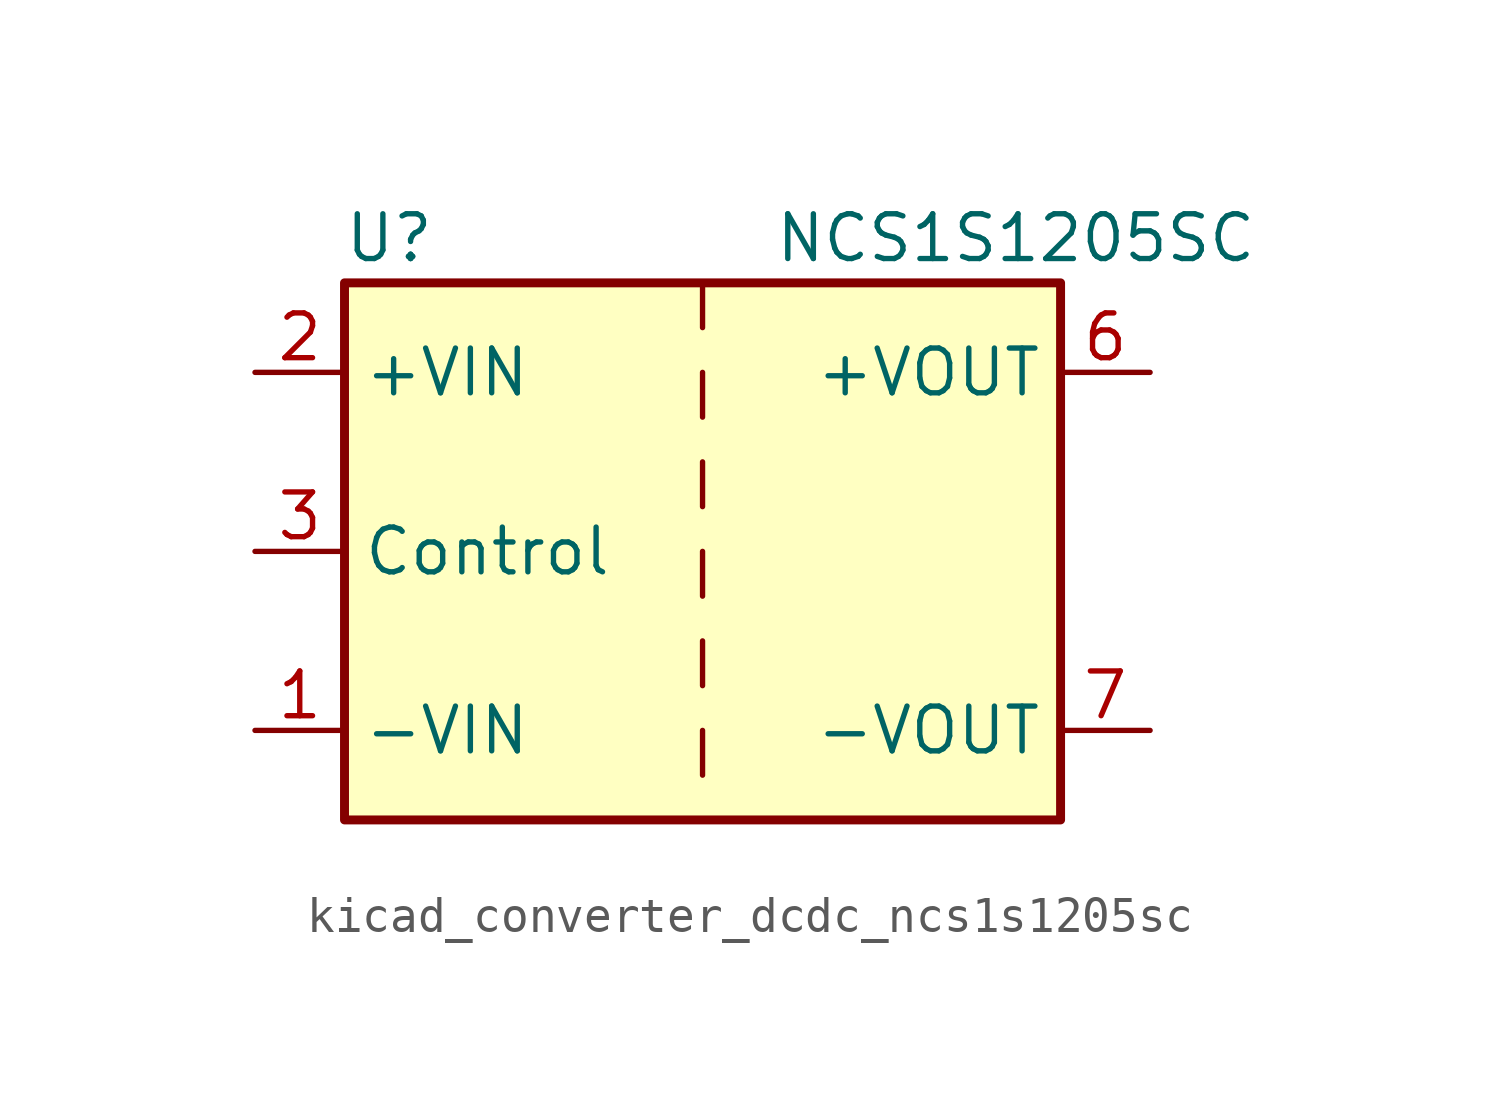
<source format=kicad_sym>
(kicad_symbol_lib
  (version 20220914)
  (generator kicad_symbol_editor)
  (symbol "kicad_converter_dcdc_ncs1s1205sc"
    (property "Reference" "U"
      (at -8.89 8.89 0)
      (effects (font (size 1.27 1.27))))
    (property "Value" "NCS1S1205SC"
      (at 8.89 8.89 0)
      (effects (font (size 1.27 1.27))))
    (symbol "kicad_converter_dcdc_ncs1s1205sc_0_1"
      (rectangle (start -10.16 7.62) (end 10.16 -7.62) (stroke (width 0.254) (type default)) (fill (type background)))
      (polyline (pts (xy 0 -5.08) (xy 0 -6.35)) (stroke (width 0) (type default)) (fill (type none)))
      (polyline (pts (xy 0 -2.54) (xy 0 -3.81)) (stroke (width 0) (type default)) (fill (type none)))
      (polyline (pts (xy 0 0) (xy 0 -1.27)) (stroke (width 0) (type default)) (fill (type none)))
      (polyline (pts (xy 0 2.54) (xy 0 1.27)) (stroke (width 0) (type default)) (fill (type none)))
      (polyline (pts (xy 0 5.08) (xy 0 3.81)) (stroke (width 0) (type default)) (fill (type none)))
      (polyline (pts (xy 0 7.62) (xy 0 6.35)) (stroke (width 0) (type default)) (fill (type none))))
    (symbol "kicad_converter_dcdc_ncs1s1205sc_1_1"
      (pin power_in line (at -12.7 -5.08 0) (length 2.54) (name "-VIN" (effects (font (size 1.27 1.27)))) (number "1" (effects (font (size 1.27 1.27)))))
      (pin power_in line (at -12.7 5.08 0) (length 2.54) (name "+VIN" (effects (font (size 1.27 1.27)))) (number "2" (effects (font (size 1.27 1.27)))))
      (pin input line (at -12.7 0 0) (length 2.54) (name "Control" (effects (font (size 1.27 1.27)))) (number "3" (effects (font (size 1.27 1.27)))))
      (pin power_out line (at 12.7 5.08 180) (length 2.54) (name "+VOUT" (effects (font (size 1.27 1.27)))) (number "6" (effects (font (size 1.27 1.27)))))
      (pin power_out line (at 12.7 -5.08 180) (length 2.54) (name "-VOUT" (effects (font (size 1.27 1.27)))) (number "7" (effects (font (size 1.27 1.27))))))))
</source>
